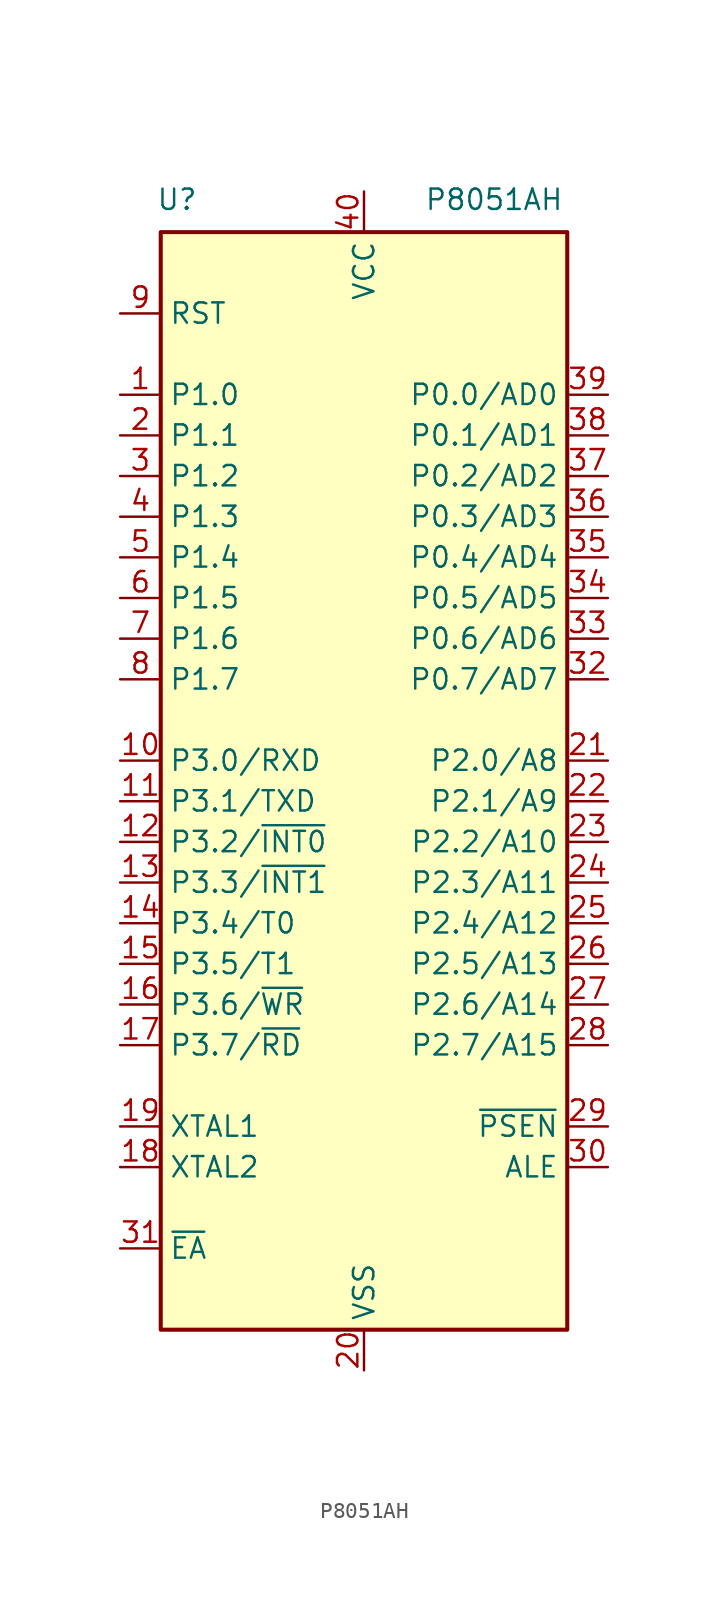
<source format=kicad_sym>
(kicad_symbol_lib
  (version 20241209)
  (generator "kicad_symbol_editor")
  (generator_version "9.0")
  (symbol "P8051AH"
    (property "Reference" "U"
      (at -11.684 35.052 0)
      (effects (font (size 1.27 1.27))))
    (property "Value" "P8051AH"
      (at 8.128 35.052 0)
      (effects (font (size 1.27 1.27))))
    (symbol "P8051AH_1_0"
      (pin bidirectional line (at -15.24 17.78 0) (length 2.54) (name "P1.2" (effects (font (size 1.27 1.27)))) (number "3" (effects (font (size 1.27 1.27))))))
    (symbol "P8051AH_1_1"
      (polyline (pts (xy -12.7 33.02) (xy 12.7 33.02) (xy 12.7 -35.56) (xy -12.7 -35.56) (xy -12.7 33.02)) (stroke (width 0.254) (type default)) (fill (type background)))
      (pin input line (at -15.24 27.94 0) (length 2.54) (name "RST" (effects (font (size 1.27 1.27)))) (number "9" (effects (font (size 1.27 1.27)))))
      (pin bidirectional line (at -15.24 22.86 0) (length 2.54) (name "P1.0" (effects (font (size 1.27 1.27)))) (number "1" (effects (font (size 1.27 1.27)))))
      (pin bidirectional line (at -15.24 20.32 0) (length 2.54) (name "P1.1" (effects (font (size 1.27 1.27)))) (number "2" (effects (font (size 1.27 1.27)))))
      (pin bidirectional line (at -15.24 15.24 0) (length 2.54) (name "P1.3" (effects (font (size 1.27 1.27)))) (number "4" (effects (font (size 1.27 1.27)))))
      (pin bidirectional line (at -15.24 12.7 0) (length 2.54) (name "P1.4" (effects (font (size 1.27 1.27)))) (number "5" (effects (font (size 1.27 1.27)))))
      (pin bidirectional line (at -15.24 10.16 0) (length 2.54) (name "P1.5" (effects (font (size 1.27 1.27)))) (number "6" (effects (font (size 1.27 1.27)))) (alternate "MOSI" output line))
      (pin bidirectional line (at -15.24 7.62 0) (length 2.54) (name "P1.6" (effects (font (size 1.27 1.27)))) (number "7" (effects (font (size 1.27 1.27)))) (alternate "MISO" input line))
      (pin bidirectional line (at -15.24 5.08 0) (length 2.54) (name "P1.7" (effects (font (size 1.27 1.27)))) (number "8" (effects (font (size 1.27 1.27)))))
      (pin bidirectional line (at -15.24 0 0) (length 2.54) (name "P3.0/RXD" (effects (font (size 1.27 1.27)))) (number "10" (effects (font (size 1.27 1.27)))) (alternate "RXD" input line))
      (pin bidirectional line (at -15.24 -2.54 0) (length 2.54) (name "P3.1/TXD" (effects (font (size 1.27 1.27)))) (number "11" (effects (font (size 1.27 1.27)))) (alternate "TXD" output line))
      (pin bidirectional line (at -15.24 -5.08 0) (length 2.54) (name "P3.2/~{INT0}" (effects (font (size 1.27 1.27)))) (number "12" (effects (font (size 1.27 1.27)))) (alternate "~{INT0}" input line))
      (pin bidirectional line (at -15.24 -7.62 0) (length 2.54) (name "P3.3/~{INT1}" (effects (font (size 1.27 1.27)))) (number "13" (effects (font (size 1.27 1.27)))) (alternate "~{INT1}" input line))
      (pin bidirectional line (at -15.24 -10.16 0) (length 2.54) (name "P3.4/T0" (effects (font (size 1.27 1.27)))) (number "14" (effects (font (size 1.27 1.27)))) (alternate "T0" input line))
      (pin bidirectional line (at -15.24 -12.7 0) (length 2.54) (name "P3.5/T1" (effects (font (size 1.27 1.27)))) (number "15" (effects (font (size 1.27 1.27)))) (alternate "T1" input line))
      (pin bidirectional line (at -15.24 -15.24 0) (length 2.54) (name "P3.6/~{WR}" (effects (font (size 1.27 1.27)))) (number "16" (effects (font (size 1.27 1.27)))) (alternate "~{WR}" output line))
      (pin bidirectional line (at -15.24 -17.78 0) (length 2.54) (name "P3.7/~{RD}" (effects (font (size 1.27 1.27)))) (number "17" (effects (font (size 1.27 1.27)))) (alternate "~{RD}" input line))
      (pin input line (at -15.24 -22.86 0) (length 2.54) (name "XTAL1" (effects (font (size 1.27 1.27)))) (number "19" (effects (font (size 1.27 1.27)))))
      (pin output line (at -15.24 -25.4 0) (length 2.54) (name "XTAL2" (effects (font (size 1.27 1.27)))) (number "18" (effects (font (size 1.27 1.27)))))
      (pin input line (at -15.24 -30.48 0) (length 2.54) (name "~{EA}" (effects (font (size 1.27 1.27)))) (number "31" (effects (font (size 1.27 1.27)))))
      (pin power_in line (at 0 35.56 270) (length 2.54) (name "VCC" (effects (font (size 1.27 1.27)))) (number "40" (effects (font (size 1.27 1.27)))))
      (pin power_in line (at 0 -38.1 90) (length 2.54) (name "VSS" (effects (font (size 1.27 1.27)))) (number "20" (effects (font (size 1.27 1.27)))))
      (pin bidirectional line (at 15.24 22.86 180) (length 2.54) (name "P0.0/AD0" (effects (font (size 1.27 1.27)))) (number "39" (effects (font (size 1.27 1.27)))))
      (pin bidirectional line (at 15.24 20.32 180) (length 2.54) (name "P0.1/AD1" (effects (font (size 1.27 1.27)))) (number "38" (effects (font (size 1.27 1.27)))))
      (pin bidirectional line (at 15.24 17.78 180) (length 2.54) (name "P0.2/AD2" (effects (font (size 1.27 1.27)))) (number "37" (effects (font (size 1.27 1.27)))))
      (pin bidirectional line (at 15.24 15.24 180) (length 2.54) (name "P0.3/AD3" (effects (font (size 1.27 1.27)))) (number "36" (effects (font (size 1.27 1.27)))))
      (pin bidirectional line (at 15.24 12.7 180) (length 2.54) (name "P0.4/AD4" (effects (font (size 1.27 1.27)))) (number "35" (effects (font (size 1.27 1.27)))))
      (pin bidirectional line (at 15.24 10.16 180) (length 2.54) (name "P0.5/AD5" (effects (font (size 1.27 1.27)))) (number "34" (effects (font (size 1.27 1.27)))))
      (pin bidirectional line (at 15.24 7.62 180) (length 2.54) (name "P0.6/AD6" (effects (font (size 1.27 1.27)))) (number "33" (effects (font (size 1.27 1.27)))))
      (pin bidirectional line (at 15.24 5.08 180) (length 2.54) (name "P0.7/AD7" (effects (font (size 1.27 1.27)))) (number "32" (effects (font (size 1.27 1.27)))))
      (pin bidirectional line (at 15.24 0 180) (length 2.54) (name "P2.0/A8" (effects (font (size 1.27 1.27)))) (number "21" (effects (font (size 1.27 1.27)))))
      (pin bidirectional line (at 15.24 -2.54 180) (length 2.54) (name "P2.1/A9" (effects (font (size 1.27 1.27)))) (number "22" (effects (font (size 1.27 1.27)))))
      (pin bidirectional line (at 15.24 -5.08 180) (length 2.54) (name "P2.2/A10" (effects (font (size 1.27 1.27)))) (number "23" (effects (font (size 1.27 1.27)))))
      (pin bidirectional line (at 15.24 -7.62 180) (length 2.54) (name "P2.3/A11" (effects (font (size 1.27 1.27)))) (number "24" (effects (font (size 1.27 1.27)))))
      (pin bidirectional line (at 15.24 -10.16 180) (length 2.54) (name "P2.4/A12" (effects (font (size 1.27 1.27)))) (number "25" (effects (font (size 1.27 1.27)))))
      (pin bidirectional line (at 15.24 -12.7 180) (length 2.54) (name "P2.5/A13" (effects (font (size 1.27 1.27)))) (number "26" (effects (font (size 1.27 1.27)))))
      (pin bidirectional line (at 15.24 -15.24 180) (length 2.54) (name "P2.6/A14" (effects (font (size 1.27 1.27)))) (number "27" (effects (font (size 1.27 1.27)))))
      (pin bidirectional line (at 15.24 -17.78 180) (length 2.54) (name "P2.7/A15" (effects (font (size 1.27 1.27)))) (number "28" (effects (font (size 1.27 1.27)))))
      (pin output line (at 15.24 -22.86 180) (length 2.54) (name "~{PSEN}" (effects (font (size 1.27 1.27)))) (number "29" (effects (font (size 1.27 1.27)))))
      (pin output line (at 15.24 -25.4 180) (length 2.54) (name "ALE" (effects (font (size 1.27 1.27)))) (number "30" (effects (font (size 1.27 1.27)))) (alternate "~{PROG}" input line)))))
</source>
